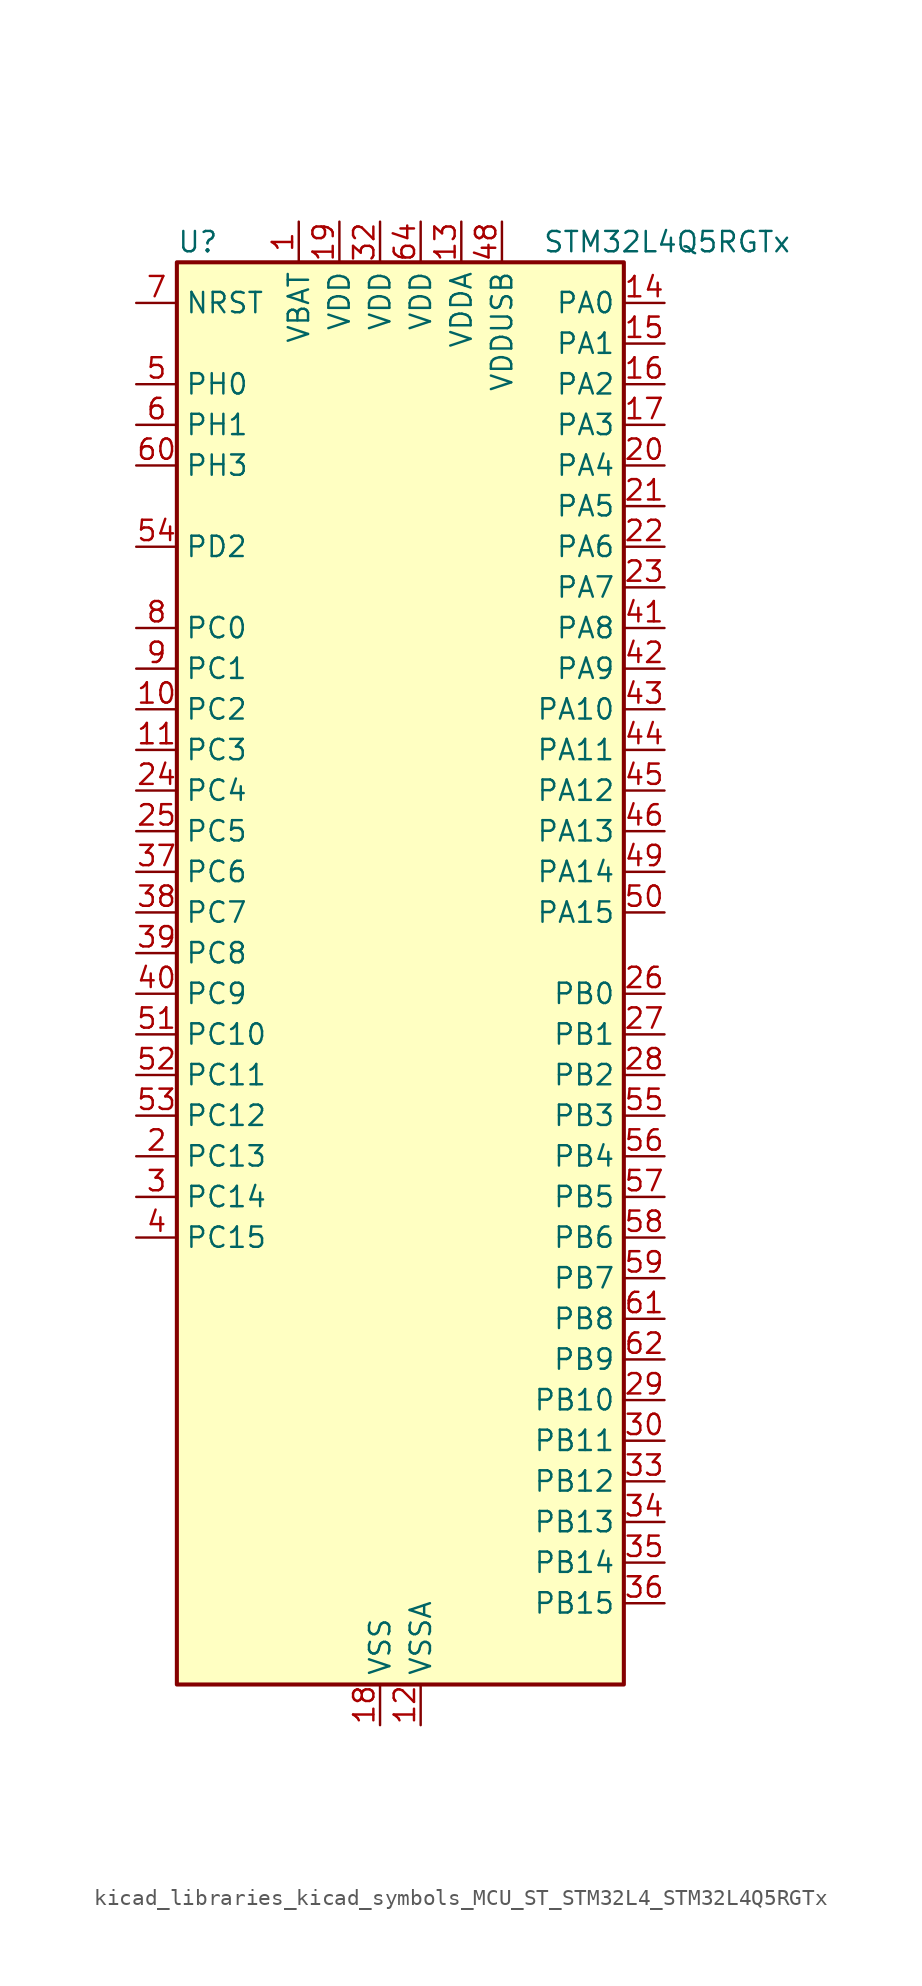
<source format=kicad_sym>
(kicad_symbol_lib
  (version 20220914)
  (generator kicad_symbol_editor)
  (symbol "kicad_libraries_kicad_symbols_MCU_ST_STM32L4_STM32L4Q5RGTx"
    (property "Reference" "U"
      (at -12.7 46.99 0)
      (effects (font (size 1.27 1.27)) (justify left)))
    (property "Value" "STM32L4Q5RGTx"
      (at 10.16 46.99 0)
      (effects (font (size 1.27 1.27)) (justify left)))
    (property "ki_locked" ""
      (at 0 0 0)
      (effects (font (size 1.27 1.27))))
    (symbol "kicad_libraries_kicad_symbols_MCU_ST_STM32L4_STM32L4Q5RGTx_0_1"
      (rectangle (start -12.7 -43.18) (end 15.24 45.72) (stroke (width 0.254) (type default)) (fill (type background))))
    (symbol "kicad_libraries_kicad_symbols_MCU_ST_STM32L4_STM32L4Q5RGTx_1_1"
      (pin power_in line (at -5.08 48.26 270) (length 2.54) (name "VBAT" (effects (font (size 1.27 1.27)))) (number "1" (effects (font (size 1.27 1.27)))))
      (pin bidirectional line (at -15.24 17.78 0) (length 2.54) (name "PC2" (effects (font (size 1.27 1.27)))) (number "10" (effects (font (size 1.27 1.27)))) (alternate "ADC1_IN3" bidirectional line) (alternate "ADC2_IN3" bidirectional line) (alternate "DFSDM1_CKOUT" bidirectional line) (alternate "LPTIM1_IN2" bidirectional line) (alternate "LTDC_HSYNC" bidirectional line) (alternate "OCTOSPIM_P1_IO5" bidirectional line) (alternate "SPI2_MISO" bidirectional line))
      (pin bidirectional line (at -15.24 15.24 0) (length 2.54) (name "PC3" (effects (font (size 1.27 1.27)))) (number "11" (effects (font (size 1.27 1.27)))) (alternate "ADC1_IN4" bidirectional line) (alternate "ADC2_IN4" bidirectional line) (alternate "LPTIM1_ETR" bidirectional line) (alternate "LPTIM2_ETR" bidirectional line) (alternate "OCTOSPIM_P1_IO6" bidirectional line) (alternate "SAI1_D1" bidirectional line) (alternate "SAI1_SD_A" bidirectional line) (alternate "SPI2_MOSI" bidirectional line))
      (pin power_in line (at 2.54 -45.72 90) (length 2.54) (name "VSSA" (effects (font (size 1.27 1.27)))) (number "12" (effects (font (size 1.27 1.27)))))
      (pin power_in line (at 5.08 48.26 270) (length 2.54) (name "VDDA" (effects (font (size 1.27 1.27)))) (number "13" (effects (font (size 1.27 1.27)))))
      (pin bidirectional line (at 17.78 43.18 180) (length 2.54) (name "PA0" (effects (font (size 1.27 1.27)))) (number "14" (effects (font (size 1.27 1.27)))) (alternate "ADC1_IN5" bidirectional line) (alternate "ADC2_IN5" bidirectional line) (alternate "OPAMP1_VINP" bidirectional line) (alternate "RTC_TAMP2" bidirectional line) (alternate "SAI1_EXTCLK" bidirectional line) (alternate "SYS_WKUP1" bidirectional line) (alternate "TIM2_CH1" bidirectional line) (alternate "TIM2_ETR" bidirectional line) (alternate "TIM5_CH1" bidirectional line) (alternate "TIM8_ETR" bidirectional line) (alternate "UART4_TX" bidirectional line) (alternate "USART2_CTS" bidirectional line) (alternate "USART2_NSS" bidirectional line))
      (pin bidirectional line (at 17.78 40.64 180) (length 2.54) (name "PA1" (effects (font (size 1.27 1.27)))) (number "15" (effects (font (size 1.27 1.27)))) (alternate "ADC1_IN6" bidirectional line) (alternate "ADC2_IN6" bidirectional line) (alternate "I2C1_SMBA" bidirectional line) (alternate "OCTOSPIM_P1_DQS" bidirectional line) (alternate "OPAMP1_VINM" bidirectional line) (alternate "SDMMC2_CMD" bidirectional line) (alternate "SPI1_SCK" bidirectional line) (alternate "TIM15_CH1N" bidirectional line) (alternate "TIM2_CH2" bidirectional line) (alternate "TIM5_CH2" bidirectional line) (alternate "UART4_RX" bidirectional line) (alternate "USART2_DE" bidirectional line) (alternate "USART2_RTS" bidirectional line))
      (pin bidirectional line (at 17.78 38.1 180) (length 2.54) (name "PA2" (effects (font (size 1.27 1.27)))) (number "16" (effects (font (size 1.27 1.27)))) (alternate "ADC1_IN7" bidirectional line) (alternate "ADC2_IN7" bidirectional line) (alternate "LPUART1_TX" bidirectional line) (alternate "OCTOSPIM_P1_NCS" bidirectional line) (alternate "RCC_LSCO" bidirectional line) (alternate "SAI2_EXTCLK" bidirectional line) (alternate "SYS_WKUP4" bidirectional line) (alternate "TIM15_CH1" bidirectional line) (alternate "TIM2_CH3" bidirectional line) (alternate "TIM5_CH3" bidirectional line) (alternate "USART2_TX" bidirectional line))
      (pin bidirectional line (at 17.78 35.56 180) (length 2.54) (name "PA3" (effects (font (size 1.27 1.27)))) (number "17" (effects (font (size 1.27 1.27)))) (alternate "ADC1_IN8" bidirectional line) (alternate "ADC2_IN8" bidirectional line) (alternate "LPUART1_RX" bidirectional line) (alternate "OCTOSPIM_P1_CLK" bidirectional line) (alternate "OPAMP1_VOUT" bidirectional line) (alternate "SAI1_CK1" bidirectional line) (alternate "SAI1_MCLK_A" bidirectional line) (alternate "TIM15_CH2" bidirectional line) (alternate "TIM2_CH4" bidirectional line) (alternate "TIM5_CH4" bidirectional line) (alternate "USART2_RX" bidirectional line))
      (pin power_in line (at 0 -45.72 90) (length 2.54) (name "VSS" (effects (font (size 1.27 1.27)))) (number "18" (effects (font (size 1.27 1.27)))))
      (pin power_in line (at -2.54 48.26 270) (length 2.54) (name "VDD" (effects (font (size 1.27 1.27)))) (number "19" (effects (font (size 1.27 1.27)))))
      (pin bidirectional line (at -15.24 -10.16 0) (length 2.54) (name "PC13" (effects (font (size 1.27 1.27)))) (number "2" (effects (font (size 1.27 1.27)))) (alternate "RTC_OUT1" bidirectional line) (alternate "RTC_TAMP1" bidirectional line) (alternate "RTC_TS" bidirectional line) (alternate "SYS_WKUP2" bidirectional line))
      (pin bidirectional line (at 17.78 33.02 180) (length 2.54) (name "PA4" (effects (font (size 1.27 1.27)))) (number "20" (effects (font (size 1.27 1.27)))) (alternate "ADC1_IN9" bidirectional line) (alternate "ADC2_IN9" bidirectional line) (alternate "DAC1_OUT1" bidirectional line) (alternate "DCMI_HSYNC" bidirectional line) (alternate "LPTIM2_OUT" bidirectional line) (alternate "LTDC_CLK" bidirectional line) (alternate "OCTOSPIM_P1_NCS" bidirectional line) (alternate "PSSI_DE" bidirectional line) (alternate "SAI1_FS_B" bidirectional line) (alternate "SPI1_NSS" bidirectional line) (alternate "SPI3_NSS" bidirectional line) (alternate "USART2_CK" bidirectional line))
      (pin bidirectional line (at 17.78 30.48 180) (length 2.54) (name "PA5" (effects (font (size 1.27 1.27)))) (number "21" (effects (font (size 1.27 1.27)))) (alternate "ADC1_IN10" bidirectional line) (alternate "ADC2_IN10" bidirectional line) (alternate "DAC1_OUT2" bidirectional line) (alternate "LPTIM2_ETR" bidirectional line) (alternate "LTDC_R7" bidirectional line) (alternate "PSSI_D14" bidirectional line) (alternate "SPI1_SCK" bidirectional line) (alternate "TIM2_CH1" bidirectional line) (alternate "TIM2_ETR" bidirectional line) (alternate "TIM8_CH1N" bidirectional line))
      (pin bidirectional line (at 17.78 27.94 180) (length 2.54) (name "PA6" (effects (font (size 1.27 1.27)))) (number "22" (effects (font (size 1.27 1.27)))) (alternate "ADC1_IN11" bidirectional line) (alternate "ADC2_IN11" bidirectional line) (alternate "DCMI_PIXCLK" bidirectional line) (alternate "LPUART1_CTS" bidirectional line) (alternate "OCTOSPIM_P1_IO3" bidirectional line) (alternate "OPAMP2_VINP" bidirectional line) (alternate "PSSI_PDCK" bidirectional line) (alternate "SPI1_MISO" bidirectional line) (alternate "TIM16_CH1" bidirectional line) (alternate "TIM1_BKIN" bidirectional line) (alternate "TIM3_CH1" bidirectional line) (alternate "TIM8_BKIN" bidirectional line) (alternate "USART3_CTS" bidirectional line) (alternate "USART3_NSS" bidirectional line))
      (pin bidirectional line (at 17.78 25.4 180) (length 2.54) (name "PA7" (effects (font (size 1.27 1.27)))) (number "23" (effects (font (size 1.27 1.27)))) (alternate "ADC1_IN12" bidirectional line) (alternate "ADC2_IN12" bidirectional line) (alternate "I2C3_SCL" bidirectional line) (alternate "OCTOSPIM_P1_IO2" bidirectional line) (alternate "OPAMP2_VINM" bidirectional line) (alternate "SPI1_MOSI" bidirectional line) (alternate "TIM17_CH1" bidirectional line) (alternate "TIM1_CH1N" bidirectional line) (alternate "TIM3_CH2" bidirectional line) (alternate "TIM8_CH1N" bidirectional line))
      (pin bidirectional line (at -15.24 12.7 0) (length 2.54) (name "PC4" (effects (font (size 1.27 1.27)))) (number "24" (effects (font (size 1.27 1.27)))) (alternate "ADC1_IN13" bidirectional line) (alternate "ADC2_IN13" bidirectional line) (alternate "COMP1_INM" bidirectional line) (alternate "OCTOSPIM_P1_IO7" bidirectional line) (alternate "OCTOSPIM_P2_NCS" bidirectional line) (alternate "USART3_TX" bidirectional line))
      (pin bidirectional line (at -15.24 10.16 0) (length 2.54) (name "PC5" (effects (font (size 1.27 1.27)))) (number "25" (effects (font (size 1.27 1.27)))) (alternate "ADC1_IN14" bidirectional line) (alternate "ADC2_IN14" bidirectional line) (alternate "COMP1_INP" bidirectional line) (alternate "LTDC_CLK" bidirectional line) (alternate "PSSI_D15" bidirectional line) (alternate "SAI1_D3" bidirectional line) (alternate "SYS_WKUP5" bidirectional line) (alternate "USART3_RX" bidirectional line))
      (pin bidirectional line (at 17.78 0 180) (length 2.54) (name "PB0" (effects (font (size 1.27 1.27)))) (number "26" (effects (font (size 1.27 1.27)))) (alternate "ADC1_IN15" bidirectional line) (alternate "ADC2_IN15" bidirectional line) (alternate "COMP1_OUT" bidirectional line) (alternate "LTDC_B6" bidirectional line) (alternate "OCTOSPIM_P1_IO1" bidirectional line) (alternate "OPAMP2_VOUT" bidirectional line) (alternate "SAI1_EXTCLK" bidirectional line) (alternate "SPI1_NSS" bidirectional line) (alternate "TIM1_CH2N" bidirectional line) (alternate "TIM3_CH3" bidirectional line) (alternate "TIM8_CH2N" bidirectional line) (alternate "USART3_CK" bidirectional line))
      (pin bidirectional line (at 17.78 -2.54 180) (length 2.54) (name "PB1" (effects (font (size 1.27 1.27)))) (number "27" (effects (font (size 1.27 1.27)))) (alternate "ADC1_IN16" bidirectional line) (alternate "ADC2_IN16" bidirectional line) (alternate "COMP1_INM" bidirectional line) (alternate "DFSDM1_DATIN0" bidirectional line) (alternate "LPTIM2_IN1" bidirectional line) (alternate "LPUART1_DE" bidirectional line) (alternate "LPUART1_RTS" bidirectional line) (alternate "LTDC_G6" bidirectional line) (alternate "OCTOSPIM_P1_IO0" bidirectional line) (alternate "TIM1_CH3N" bidirectional line) (alternate "TIM3_CH4" bidirectional line) (alternate "TIM8_CH3N" bidirectional line) (alternate "USART3_DE" bidirectional line) (alternate "USART3_RTS" bidirectional line))
      (pin bidirectional line (at 17.78 -5.08 180) (length 2.54) (name "PB2" (effects (font (size 1.27 1.27)))) (number "28" (effects (font (size 1.27 1.27)))) (alternate "COMP1_INP" bidirectional line) (alternate "DFSDM1_CKIN0" bidirectional line) (alternate "I2C3_SMBA" bidirectional line) (alternate "LPTIM1_OUT" bidirectional line) (alternate "OCTOSPIM_P1_DQS" bidirectional line) (alternate "RTC_OUT2" bidirectional line))
      (pin bidirectional line (at 17.78 -25.4 180) (length 2.54) (name "PB10" (effects (font (size 1.27 1.27)))) (number "29" (effects (font (size 1.27 1.27)))) (alternate "COMP1_OUT" bidirectional line) (alternate "I2C2_SCL" bidirectional line) (alternate "I2C4_SCL" bidirectional line) (alternate "LPUART1_RX" bidirectional line) (alternate "OCTOSPIM_P1_CLK" bidirectional line) (alternate "OCTOSPIM_P1_IO3" bidirectional line) (alternate "SAI1_SCK_A" bidirectional line) (alternate "SPI2_SCK" bidirectional line) (alternate "TIM2_CH3" bidirectional line) (alternate "TSC_SYNC" bidirectional line) (alternate "USART3_TX" bidirectional line))
      (pin bidirectional line (at -15.24 -12.7 0) (length 2.54) (name "PC14" (effects (font (size 1.27 1.27)))) (number "3" (effects (font (size 1.27 1.27)))) (alternate "RCC_OSC32_IN" bidirectional line))
      (pin bidirectional line (at 17.78 -27.94 180) (length 2.54) (name "PB11" (effects (font (size 1.27 1.27)))) (number "30" (effects (font (size 1.27 1.27)))) (alternate "ADC1_EXTI11" bidirectional line) (alternate "ADC2_EXTI11" bidirectional line) (alternate "COMP2_OUT" bidirectional line) (alternate "I2C2_SDA" bidirectional line) (alternate "I2C4_SDA" bidirectional line) (alternate "LPUART1_TX" bidirectional line) (alternate "LTDC_VSYNC" bidirectional line) (alternate "OCTOSPIM_P1_NCS" bidirectional line) (alternate "TIM2_CH4" bidirectional line) (alternate "USART3_RX" bidirectional line))
      (pin passive line (at 0 -45.72 90) (length 2.54) hide (name "VSS" (effects (font (size 1.27 1.27)))) (number "31" (effects (font (size 1.27 1.27)))))
      (pin power_in line (at 0 48.26 270) (length 2.54) (name "VDD" (effects (font (size 1.27 1.27)))) (number "32" (effects (font (size 1.27 1.27)))))
      (pin bidirectional line (at 17.78 -30.48 180) (length 2.54) (name "PB12" (effects (font (size 1.27 1.27)))) (number "33" (effects (font (size 1.27 1.27)))) (alternate "DFSDM1_DATIN1" bidirectional line) (alternate "I2C2_SMBA" bidirectional line) (alternate "LPUART1_DE" bidirectional line) (alternate "LPUART1_RTS" bidirectional line) (alternate "OCTOSPIM_P1_NCLK" bidirectional line) (alternate "SAI2_FS_A" bidirectional line) (alternate "SDMMC2_CK" bidirectional line) (alternate "SPI2_NSS" bidirectional line) (alternate "TIM15_BKIN" bidirectional line) (alternate "TIM1_BKIN" bidirectional line) (alternate "TSC_G1_IO1" bidirectional line) (alternate "USART3_CK" bidirectional line))
      (pin bidirectional line (at 17.78 -33.02 180) (length 2.54) (name "PB13" (effects (font (size 1.27 1.27)))) (number "34" (effects (font (size 1.27 1.27)))) (alternate "DFSDM1_CKIN1" bidirectional line) (alternate "I2C2_SCL" bidirectional line) (alternate "LPUART1_CTS" bidirectional line) (alternate "OCTOSPIM_P1_IO1" bidirectional line) (alternate "SAI2_SCK_A" bidirectional line) (alternate "SPI2_SCK" bidirectional line) (alternate "TIM15_CH1N" bidirectional line) (alternate "TIM1_CH1N" bidirectional line) (alternate "TSC_G1_IO2" bidirectional line) (alternate "USART3_CTS" bidirectional line) (alternate "USART3_NSS" bidirectional line))
      (pin bidirectional line (at 17.78 -35.56 180) (length 2.54) (name "PB14" (effects (font (size 1.27 1.27)))) (number "35" (effects (font (size 1.27 1.27)))) (alternate "DFSDM1_DATIN2" bidirectional line) (alternate "I2C2_SDA" bidirectional line) (alternate "OCTOSPIM_P1_IO6" bidirectional line) (alternate "SAI2_MCLK_A" bidirectional line) (alternate "SDMMC2_D0" bidirectional line) (alternate "SPI2_MISO" bidirectional line) (alternate "TIM15_CH1" bidirectional line) (alternate "TIM1_CH2N" bidirectional line) (alternate "TIM8_CH2N" bidirectional line) (alternate "TSC_G1_IO3" bidirectional line) (alternate "USART3_DE" bidirectional line) (alternate "USART3_RTS" bidirectional line))
      (pin bidirectional line (at 17.78 -38.1 180) (length 2.54) (name "PB15" (effects (font (size 1.27 1.27)))) (number "36" (effects (font (size 1.27 1.27)))) (alternate "ADC1_EXTI15" bidirectional line) (alternate "ADC2_EXTI15" bidirectional line) (alternate "DFSDM1_CKIN2" bidirectional line) (alternate "OCTOSPIM_P1_IO7" bidirectional line) (alternate "RTC_REFIN" bidirectional line) (alternate "SAI2_SD_A" bidirectional line) (alternate "SDMMC2_D1" bidirectional line) (alternate "SPI2_MOSI" bidirectional line) (alternate "TIM15_CH2" bidirectional line) (alternate "TIM1_CH3N" bidirectional line) (alternate "TIM8_CH3N" bidirectional line) (alternate "TSC_G1_IO4" bidirectional line))
      (pin bidirectional line (at -15.24 7.62 0) (length 2.54) (name "PC6" (effects (font (size 1.27 1.27)))) (number "37" (effects (font (size 1.27 1.27)))) (alternate "DCMI_D0" bidirectional line) (alternate "DFSDM1_CKIN3" bidirectional line) (alternate "LTDC_G7" bidirectional line) (alternate "PSSI_D0" bidirectional line) (alternate "SAI2_MCLK_A" bidirectional line) (alternate "SDMMC1_D0DIR" bidirectional line) (alternate "SDMMC1_D6" bidirectional line) (alternate "SDMMC2_D6" bidirectional line) (alternate "TIM3_CH1" bidirectional line) (alternate "TIM8_CH1" bidirectional line) (alternate "TSC_G4_IO1" bidirectional line))
      (pin bidirectional line (at -15.24 5.08 0) (length 2.54) (name "PC7" (effects (font (size 1.27 1.27)))) (number "38" (effects (font (size 1.27 1.27)))) (alternate "DCMI_D1" bidirectional line) (alternate "DFSDM1_DATIN3" bidirectional line) (alternate "LTDC_B6" bidirectional line) (alternate "PSSI_D1" bidirectional line) (alternate "SAI2_MCLK_B" bidirectional line) (alternate "SDMMC1_D123DIR" bidirectional line) (alternate "SDMMC1_D7" bidirectional line) (alternate "SDMMC2_D7" bidirectional line) (alternate "TIM3_CH2" bidirectional line) (alternate "TIM8_CH2" bidirectional line) (alternate "TSC_G4_IO2" bidirectional line))
      (pin bidirectional line (at -15.24 2.54 0) (length 2.54) (name "PC8" (effects (font (size 1.27 1.27)))) (number "39" (effects (font (size 1.27 1.27)))) (alternate "DCMI_D2" bidirectional line) (alternate "PSSI_D2" bidirectional line) (alternate "SDMMC1_D0" bidirectional line) (alternate "TIM3_CH3" bidirectional line) (alternate "TIM8_CH3" bidirectional line) (alternate "TSC_G4_IO3" bidirectional line))
      (pin bidirectional line (at -15.24 -15.24 0) (length 2.54) (name "PC15" (effects (font (size 1.27 1.27)))) (number "4" (effects (font (size 1.27 1.27)))) (alternate "ADC1_EXTI15" bidirectional line) (alternate "ADC2_EXTI15" bidirectional line) (alternate "RCC_OSC32_OUT" bidirectional line))
      (pin bidirectional line (at -15.24 0 0) (length 2.54) (name "PC9" (effects (font (size 1.27 1.27)))) (number "40" (effects (font (size 1.27 1.27)))) (alternate "DAC1_EXTI9" bidirectional line) (alternate "DCMI_D3" bidirectional line) (alternate "I2C3_SDA" bidirectional line) (alternate "PSSI_D3" bidirectional line) (alternate "SAI2_EXTCLK" bidirectional line) (alternate "SDMMC1_D1" bidirectional line) (alternate "SYS_TRACED0" bidirectional line) (alternate "TIM3_CH4" bidirectional line) (alternate "TIM8_BKIN2" bidirectional line) (alternate "TIM8_CH4" bidirectional line) (alternate "TSC_G4_IO4" bidirectional line) (alternate "USB_OTG_FS_NOE" bidirectional line))
      (pin bidirectional line (at 17.78 22.86 180) (length 2.54) (name "PA8" (effects (font (size 1.27 1.27)))) (number "41" (effects (font (size 1.27 1.27)))) (alternate "LPTIM2_OUT" bidirectional line) (alternate "LTDC_B7" bidirectional line) (alternate "RCC_MCO" bidirectional line) (alternate "SAI1_CK2" bidirectional line) (alternate "SAI1_SCK_A" bidirectional line) (alternate "TIM1_CH1" bidirectional line) (alternate "USART1_CK" bidirectional line) (alternate "USB_OTG_FS_SOF" bidirectional line))
      (pin bidirectional line (at 17.78 20.32 180) (length 2.54) (name "PA9" (effects (font (size 1.27 1.27)))) (number "42" (effects (font (size 1.27 1.27)))) (alternate "DAC1_EXTI9" bidirectional line) (alternate "DCMI_D0" bidirectional line) (alternate "LTDC_G7" bidirectional line) (alternate "PSSI_D0" bidirectional line) (alternate "SAI1_FS_A" bidirectional line) (alternate "SPI2_SCK" bidirectional line) (alternate "TIM15_BKIN" bidirectional line) (alternate "TIM1_CH2" bidirectional line) (alternate "USART1_TX" bidirectional line) (alternate "USB_OTG_FS_VBUS" bidirectional line))
      (pin bidirectional line (at 17.78 17.78 180) (length 2.54) (name "PA10" (effects (font (size 1.27 1.27)))) (number "43" (effects (font (size 1.27 1.27)))) (alternate "DCMI_D1" bidirectional line) (alternate "LTDC_G6" bidirectional line) (alternate "PSSI_D1" bidirectional line) (alternate "SAI1_D1" bidirectional line) (alternate "SAI1_SD_A" bidirectional line) (alternate "TIM17_BKIN" bidirectional line) (alternate "TIM1_CH3" bidirectional line) (alternate "USART1_RX" bidirectional line) (alternate "USB_OTG_FS_ID" bidirectional line))
      (pin bidirectional line (at 17.78 15.24 180) (length 2.54) (name "PA11" (effects (font (size 1.27 1.27)))) (number "44" (effects (font (size 1.27 1.27)))) (alternate "ADC1_EXTI11" bidirectional line) (alternate "ADC2_EXTI11" bidirectional line) (alternate "CAN1_RX" bidirectional line) (alternate "LTDC_DE" bidirectional line) (alternate "SPI1_MISO" bidirectional line) (alternate "TIM1_BKIN2" bidirectional line) (alternate "TIM1_CH4" bidirectional line) (alternate "USART1_CTS" bidirectional line) (alternate "USART1_NSS" bidirectional line) (alternate "USB_OTG_FS_DM" bidirectional line))
      (pin bidirectional line (at 17.78 12.7 180) (length 2.54) (name "PA12" (effects (font (size 1.27 1.27)))) (number "45" (effects (font (size 1.27 1.27)))) (alternate "CAN1_TX" bidirectional line) (alternate "LTDC_VSYNC" bidirectional line) (alternate "OCTOSPIM_P2_NCS" bidirectional line) (alternate "SPI1_MOSI" bidirectional line) (alternate "TIM1_ETR" bidirectional line) (alternate "USART1_DE" bidirectional line) (alternate "USART1_RTS" bidirectional line) (alternate "USB_OTG_FS_DP" bidirectional line))
      (pin bidirectional line (at 17.78 10.16 180) (length 2.54) (name "PA13" (effects (font (size 1.27 1.27)))) (number "46" (effects (font (size 1.27 1.27)))) (alternate "IR_OUT" bidirectional line) (alternate "SAI1_SD_B" bidirectional line) (alternate "SYS_JTMS-SWDIO" bidirectional line) (alternate "USB_OTG_FS_NOE" bidirectional line))
      (pin passive line (at 0 -45.72 90) (length 2.54) hide (name "VSS" (effects (font (size 1.27 1.27)))) (number "47" (effects (font (size 1.27 1.27)))))
      (pin power_in line (at 7.62 48.26 270) (length 2.54) (name "VDDUSB" (effects (font (size 1.27 1.27)))) (number "48" (effects (font (size 1.27 1.27)))))
      (pin bidirectional line (at 17.78 7.62 180) (length 2.54) (name "PA14" (effects (font (size 1.27 1.27)))) (number "49" (effects (font (size 1.27 1.27)))) (alternate "I2C1_SMBA" bidirectional line) (alternate "I2C4_SMBA" bidirectional line) (alternate "LPTIM1_OUT" bidirectional line) (alternate "SAI1_FS_B" bidirectional line) (alternate "SYS_JTCK-SWCLK" bidirectional line) (alternate "USB_OTG_FS_SOF" bidirectional line))
      (pin bidirectional line (at -15.24 38.1 0) (length 2.54) (name "PH0" (effects (font (size 1.27 1.27)))) (number "5" (effects (font (size 1.27 1.27)))) (alternate "RCC_OSC_IN" bidirectional line))
      (pin bidirectional line (at 17.78 5.08 180) (length 2.54) (name "PA15" (effects (font (size 1.27 1.27)))) (number "50" (effects (font (size 1.27 1.27)))) (alternate "ADC1_EXTI15" bidirectional line) (alternate "ADC2_EXTI15" bidirectional line) (alternate "LTDC_HSYNC" bidirectional line) (alternate "SAI2_FS_B" bidirectional line) (alternate "SPI1_NSS" bidirectional line) (alternate "SPI3_NSS" bidirectional line) (alternate "SYS_JTDI" bidirectional line) (alternate "TIM2_CH1" bidirectional line) (alternate "TIM2_ETR" bidirectional line) (alternate "TSC_G3_IO1" bidirectional line) (alternate "UART4_DE" bidirectional line) (alternate "UART4_RTS" bidirectional line) (alternate "USART2_RX" bidirectional line) (alternate "USART3_DE" bidirectional line) (alternate "USART3_RTS" bidirectional line))
      (pin bidirectional line (at -15.24 -2.54 0) (length 2.54) (name "PC10" (effects (font (size 1.27 1.27)))) (number "51" (effects (font (size 1.27 1.27)))) (alternate "DCMI_D8" bidirectional line) (alternate "DCMI_VSYNC" bidirectional line) (alternate "PSSI_D8" bidirectional line) (alternate "PSSI_RDY" bidirectional line) (alternate "SAI2_SCK_B" bidirectional line) (alternate "SDMMC1_D2" bidirectional line) (alternate "SPI3_SCK" bidirectional line) (alternate "SYS_TRACED1" bidirectional line) (alternate "TSC_G3_IO2" bidirectional line) (alternate "UART4_TX" bidirectional line) (alternate "USART3_TX" bidirectional line))
      (pin bidirectional line (at -15.24 -5.08 0) (length 2.54) (name "PC11" (effects (font (size 1.27 1.27)))) (number "52" (effects (font (size 1.27 1.27)))) (alternate "ADC1_EXTI11" bidirectional line) (alternate "ADC2_EXTI11" bidirectional line) (alternate "DCMI_D2" bidirectional line) (alternate "DCMI_D4" bidirectional line) (alternate "OCTOSPIM_P1_NCS" bidirectional line) (alternate "PSSI_D2" bidirectional line) (alternate "PSSI_D4" bidirectional line) (alternate "SAI2_MCLK_B" bidirectional line) (alternate "SDMMC1_D3" bidirectional line) (alternate "SPI3_MISO" bidirectional line) (alternate "TSC_G3_IO3" bidirectional line) (alternate "UART4_RX" bidirectional line) (alternate "USART3_RX" bidirectional line))
      (pin bidirectional line (at -15.24 -7.62 0) (length 2.54) (name "PC12" (effects (font (size 1.27 1.27)))) (number "53" (effects (font (size 1.27 1.27)))) (alternate "DCMI_D9" bidirectional line) (alternate "LTDC_R6" bidirectional line) (alternate "PSSI_D9" bidirectional line) (alternate "SAI2_SD_B" bidirectional line) (alternate "SDMMC1_CK" bidirectional line) (alternate "SPI3_MOSI" bidirectional line) (alternate "SYS_TRACED3" bidirectional line) (alternate "TSC_G3_IO4" bidirectional line) (alternate "USART3_CK" bidirectional line))
      (pin bidirectional line (at -15.24 27.94 0) (length 2.54) (name "PD2" (effects (font (size 1.27 1.27)))) (number "54" (effects (font (size 1.27 1.27)))) (alternate "DCMI_D11" bidirectional line) (alternate "PSSI_D11" bidirectional line) (alternate "SDMMC1_CMD" bidirectional line) (alternate "SYS_TRACED2" bidirectional line) (alternate "TIM3_ETR" bidirectional line) (alternate "TSC_SYNC" bidirectional line) (alternate "USART3_DE" bidirectional line) (alternate "USART3_RTS" bidirectional line))
      (pin bidirectional line (at 17.78 -7.62 180) (length 2.54) (name "PB3" (effects (font (size 1.27 1.27)))) (number "55" (effects (font (size 1.27 1.27)))) (alternate "COMP2_INM" bidirectional line) (alternate "CRS_SYNC" bidirectional line) (alternate "OCTOSPIM_P1_IO4" bidirectional line) (alternate "SAI1_SCK_B" bidirectional line) (alternate "SDMMC2_D2" bidirectional line) (alternate "SPI1_SCK" bidirectional line) (alternate "SPI3_SCK" bidirectional line) (alternate "SYS_JTDO-SWO" bidirectional line) (alternate "TIM2_CH2" bidirectional line) (alternate "USART1_DE" bidirectional line) (alternate "USART1_RTS" bidirectional line))
      (pin bidirectional line (at 17.78 -10.16 180) (length 2.54) (name "PB4" (effects (font (size 1.27 1.27)))) (number "56" (effects (font (size 1.27 1.27)))) (alternate "COMP2_INP" bidirectional line) (alternate "DCMI_D12" bidirectional line) (alternate "I2C3_SDA" bidirectional line) (alternate "OCTOSPIM_P1_IO5" bidirectional line) (alternate "PSSI_D12" bidirectional line) (alternate "SAI1_MCLK_B" bidirectional line) (alternate "SDMMC2_D3" bidirectional line) (alternate "SPI1_MISO" bidirectional line) (alternate "SPI3_MISO" bidirectional line) (alternate "SYS_JTRST" bidirectional line) (alternate "TIM17_BKIN" bidirectional line) (alternate "TIM3_CH1" bidirectional line) (alternate "TSC_G2_IO1" bidirectional line) (alternate "USART1_CTS" bidirectional line) (alternate "USART1_NSS" bidirectional line))
      (pin bidirectional line (at 17.78 -12.7 180) (length 2.54) (name "PB5" (effects (font (size 1.27 1.27)))) (number "57" (effects (font (size 1.27 1.27)))) (alternate "COMP2_OUT" bidirectional line) (alternate "DCMI_D10" bidirectional line) (alternate "I2C1_SMBA" bidirectional line) (alternate "LPTIM1_IN1" bidirectional line) (alternate "OCTOSPIM_P1_IO0" bidirectional line) (alternate "PSSI_D10" bidirectional line) (alternate "SAI1_SD_B" bidirectional line) (alternate "SPI1_MOSI" bidirectional line) (alternate "SPI3_MOSI" bidirectional line) (alternate "TIM16_BKIN" bidirectional line) (alternate "TIM3_CH2" bidirectional line) (alternate "TSC_G2_IO2" bidirectional line) (alternate "USART1_CK" bidirectional line))
      (pin bidirectional line (at 17.78 -15.24 180) (length 2.54) (name "PB6" (effects (font (size 1.27 1.27)))) (number "58" (effects (font (size 1.27 1.27)))) (alternate "COMP2_INP" bidirectional line) (alternate "DCMI_D5" bidirectional line) (alternate "I2C1_SCL" bidirectional line) (alternate "I2C4_SCL" bidirectional line) (alternate "LPTIM1_ETR" bidirectional line) (alternate "LTDC_R6" bidirectional line) (alternate "PSSI_D5" bidirectional line) (alternate "SAI1_FS_B" bidirectional line) (alternate "TIM16_CH1N" bidirectional line) (alternate "TIM4_CH1" bidirectional line) (alternate "TIM8_BKIN2" bidirectional line) (alternate "TSC_G2_IO3" bidirectional line) (alternate "USART1_TX" bidirectional line))
      (pin bidirectional line (at 17.78 -17.78 180) (length 2.54) (name "PB7" (effects (font (size 1.27 1.27)))) (number "59" (effects (font (size 1.27 1.27)))) (alternate "COMP2_INM" bidirectional line) (alternate "DCMI_VSYNC" bidirectional line) (alternate "I2C1_SDA" bidirectional line) (alternate "I2C4_SDA" bidirectional line) (alternate "LPTIM1_IN2" bidirectional line) (alternate "LTDC_VSYNC" bidirectional line) (alternate "PSSI_RDY" bidirectional line) (alternate "SYS_PVD_IN" bidirectional line) (alternate "TIM17_CH1N" bidirectional line) (alternate "TIM4_CH2" bidirectional line) (alternate "TIM8_BKIN" bidirectional line) (alternate "TSC_G2_IO4" bidirectional line) (alternate "UART4_CTS" bidirectional line) (alternate "USART1_RX" bidirectional line))
      (pin bidirectional line (at -15.24 35.56 0) (length 2.54) (name "PH1" (effects (font (size 1.27 1.27)))) (number "6" (effects (font (size 1.27 1.27)))) (alternate "RCC_OSC_OUT" bidirectional line))
      (pin bidirectional line (at -15.24 33.02 0) (length 2.54) (name "PH3" (effects (font (size 1.27 1.27)))) (number "60" (effects (font (size 1.27 1.27)))))
      (pin bidirectional line (at 17.78 -20.32 180) (length 2.54) (name "PB8" (effects (font (size 1.27 1.27)))) (number "61" (effects (font (size 1.27 1.27)))) (alternate "CAN1_RX" bidirectional line) (alternate "DCMI_D6" bidirectional line) (alternate "DFSDM1_CKOUT" bidirectional line) (alternate "I2C1_SCL" bidirectional line) (alternate "LTDC_DE" bidirectional line) (alternate "PSSI_D6" bidirectional line) (alternate "SAI1_CK1" bidirectional line) (alternate "SAI1_MCLK_A" bidirectional line) (alternate "SDMMC1_CKIN" bidirectional line) (alternate "SDMMC1_D4" bidirectional line) (alternate "SDMMC2_D4" bidirectional line) (alternate "TIM16_CH1" bidirectional line) (alternate "TIM4_CH3" bidirectional line))
      (pin bidirectional line (at 17.78 -22.86 180) (length 2.54) (name "PB9" (effects (font (size 1.27 1.27)))) (number "62" (effects (font (size 1.27 1.27)))) (alternate "CAN1_TX" bidirectional line) (alternate "DAC1_EXTI9" bidirectional line) (alternate "DCMI_D7" bidirectional line) (alternate "I2C1_SDA" bidirectional line) (alternate "IR_OUT" bidirectional line) (alternate "PSSI_D7" bidirectional line) (alternate "SAI1_D2" bidirectional line) (alternate "SAI1_FS_A" bidirectional line) (alternate "SDMMC1_CDIR" bidirectional line) (alternate "SDMMC1_D5" bidirectional line) (alternate "SDMMC2_D5" bidirectional line) (alternate "SPI2_NSS" bidirectional line) (alternate "TIM17_CH1" bidirectional line) (alternate "TIM4_CH4" bidirectional line))
      (pin passive line (at 0 -45.72 90) (length 2.54) hide (name "VSS" (effects (font (size 1.27 1.27)))) (number "63" (effects (font (size 1.27 1.27)))))
      (pin power_in line (at 2.54 48.26 270) (length 2.54) (name "VDD" (effects (font (size 1.27 1.27)))) (number "64" (effects (font (size 1.27 1.27)))))
      (pin input line (at -15.24 43.18 0) (length 2.54) (name "NRST" (effects (font (size 1.27 1.27)))) (number "7" (effects (font (size 1.27 1.27)))))
      (pin bidirectional line (at -15.24 22.86 0) (length 2.54) (name "PC0" (effects (font (size 1.27 1.27)))) (number "8" (effects (font (size 1.27 1.27)))) (alternate "ADC1_IN1" bidirectional line) (alternate "ADC2_IN1" bidirectional line) (alternate "I2C3_SCL" bidirectional line) (alternate "LPTIM1_IN1" bidirectional line) (alternate "LPTIM2_IN1" bidirectional line) (alternate "LPUART1_RX" bidirectional line) (alternate "LTDC_DE" bidirectional line) (alternate "SAI2_FS_A" bidirectional line) (alternate "SDMMC1_CMD" bidirectional line) (alternate "SDMMC2_CKIN" bidirectional line))
      (pin bidirectional line (at -15.24 20.32 0) (length 2.54) (name "PC1" (effects (font (size 1.27 1.27)))) (number "9" (effects (font (size 1.27 1.27)))) (alternate "ADC1_IN2" bidirectional line) (alternate "ADC2_IN2" bidirectional line) (alternate "I2C3_SDA" bidirectional line) (alternate "LPTIM1_OUT" bidirectional line) (alternate "LPUART1_TX" bidirectional line) (alternate "OCTOSPIM_P1_IO4" bidirectional line) (alternate "SAI1_SD_A" bidirectional line) (alternate "SPI2_MOSI" bidirectional line) (alternate "SYS_TRACED0" bidirectional line)))))
</source>
